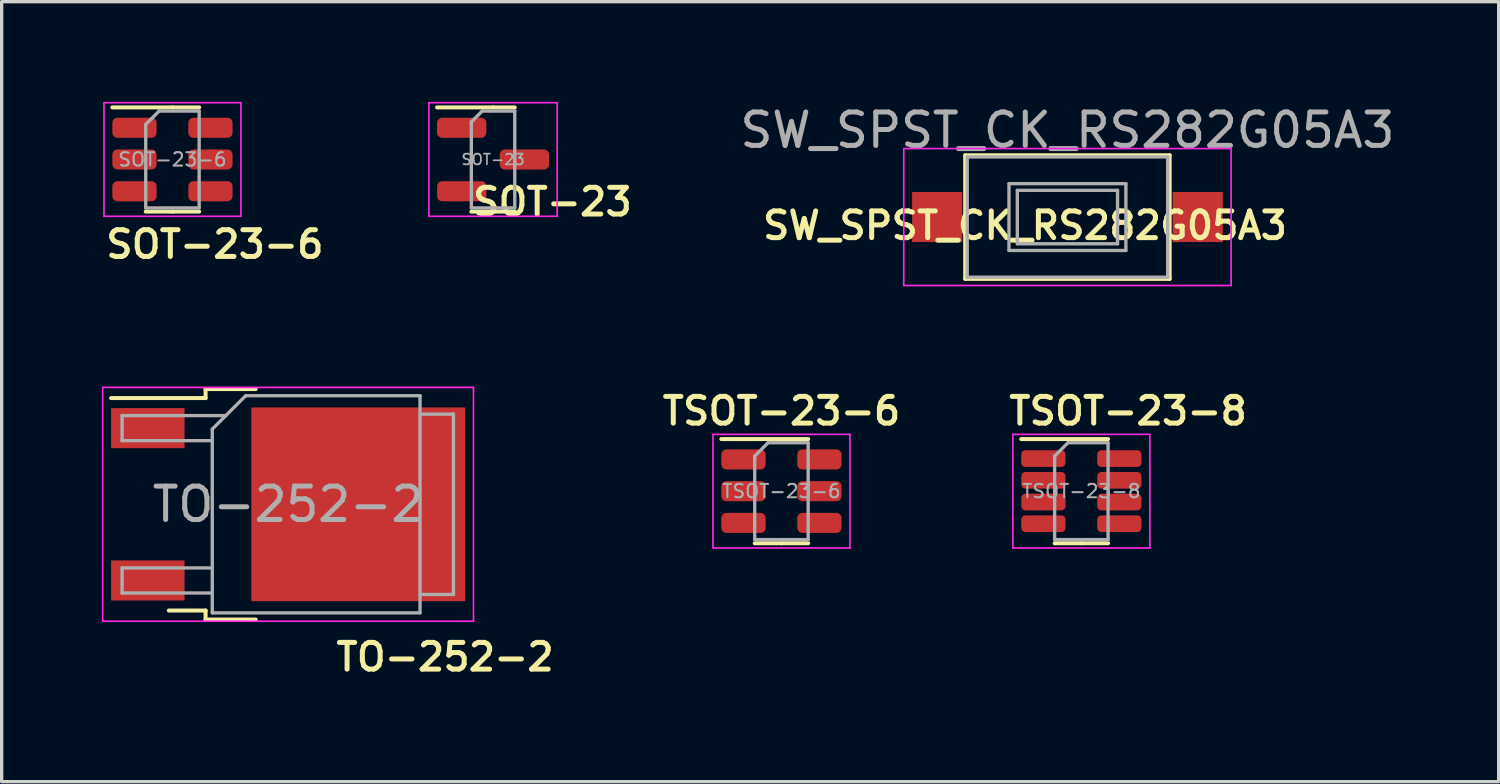
<source format=kicad_pcb>
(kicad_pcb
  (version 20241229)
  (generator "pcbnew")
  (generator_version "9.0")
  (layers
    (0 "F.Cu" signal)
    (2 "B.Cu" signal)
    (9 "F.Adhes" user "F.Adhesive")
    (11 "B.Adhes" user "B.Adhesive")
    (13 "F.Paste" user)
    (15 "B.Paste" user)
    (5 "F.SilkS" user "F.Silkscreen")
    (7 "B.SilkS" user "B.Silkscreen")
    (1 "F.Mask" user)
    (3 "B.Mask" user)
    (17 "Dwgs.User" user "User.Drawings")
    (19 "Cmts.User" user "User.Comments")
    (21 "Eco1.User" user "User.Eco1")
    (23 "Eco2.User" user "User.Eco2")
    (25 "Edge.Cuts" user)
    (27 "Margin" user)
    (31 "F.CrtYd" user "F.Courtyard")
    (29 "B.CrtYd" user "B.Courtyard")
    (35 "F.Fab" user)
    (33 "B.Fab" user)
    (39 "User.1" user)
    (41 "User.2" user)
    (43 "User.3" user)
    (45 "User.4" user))
  (footprint "TSOT-23-8"
    (layer "F.Cu")
    (at 29.324 11.655)
    (property "Reference" "TSOT-23-8" (at 1.397 -2.4 0) (layer "F.SilkS") (effects (font (size 0.8 0.8) (thickness 0.15))))
    (attr smd)
    (fp_line (start 0 -1.56) (end -1.8 -1.56) (stroke (width 0.12) (type solid)) (layer "F.SilkS"))
    (fp_line (start 0 -1.56) (end 0.8 -1.56) (stroke (width 0.12) (type solid)) (layer "F.SilkS"))
    (fp_line (start 0 1.56) (end -0.8 1.56) (stroke (width 0.12) (type solid)) (layer "F.SilkS"))
    (fp_line (start 0 1.56) (end 0.8 1.56) (stroke (width 0.12) (type solid)) (layer "F.SilkS"))
    (fp_line (start -2.05 -1.7) (end -2.05 1.7) (stroke (width 0.05) (type solid)) (layer "F.CrtYd"))
    (fp_line (start -2.05 1.7) (end 2.05 1.7) (stroke (width 0.05) (type solid)) (layer "F.CrtYd"))
    (fp_line (start 2.05 -1.7) (end -2.05 -1.7) (stroke (width 0.05) (type solid)) (layer "F.CrtYd"))
    (fp_line (start 2.05 1.7) (end 2.05 -1.7) (stroke (width 0.05) (type solid)) (layer "F.CrtYd"))
    (fp_line (start -0.8 -1.05) (end -0.4 -1.45) (stroke (width 0.1) (type solid)) (layer "F.Fab"))
    (fp_line (start -0.8 1.45) (end -0.8 -1.05) (stroke (width 0.1) (type solid)) (layer "F.Fab"))
    (fp_line (start -0.4 -1.45) (end 0.8 -1.45) (stroke (width 0.1) (type solid)) (layer "F.Fab"))
    (fp_line (start 0.8 -1.45) (end 0.8 1.45) (stroke (width 0.1) (type solid)) (layer "F.Fab"))
    (fp_line (start 0.8 1.45) (end -0.8 1.45) (stroke (width 0.1) (type solid)) (layer "F.Fab"))
    (fp_text user "${REFERENCE}" (at 0 0 0) (layer "F.Fab") (effects (font (size 0.4 0.4) (thickness 0.06))))
    (pad "1" smd roundrect (at -1.137 -0.975) (size 1.325 0.5) (layers "F.Cu" "F.Mask" "F.Paste") (roundrect_rratio 0.25))
    (pad "2" smd roundrect (at -1.137 -0.325) (size 1.325 0.5) (layers "F.Cu" "F.Mask" "F.Paste") (roundrect_rratio 0.25))
    (pad "3" smd roundrect (at -1.137 0.325) (size 1.325 0.5) (layers "F.Cu" "F.Mask" "F.Paste") (roundrect_rratio 0.25))
    (pad "4" smd roundrect (at -1.137 0.975) (size 1.325 0.5) (layers "F.Cu" "F.Mask" "F.Paste") (roundrect_rratio 0.25))
    (pad "5" smd roundrect (at 1.137 0.975) (size 1.325 0.5) (layers "F.Cu" "F.Mask" "F.Paste") (roundrect_rratio 0.25))
    (pad "6" smd roundrect (at 1.137 0.325) (size 1.325 0.5) (layers "F.Cu" "F.Mask" "F.Paste") (roundrect_rratio 0.25))
    (pad "7" smd roundrect (at 1.137 -0.325) (size 1.325 0.5) (layers "F.Cu" "F.Mask" "F.Paste") (roundrect_rratio 0.25))
    (pad "8" smd roundrect (at 1.137 -0.975) (size 1.325 0.5) (layers "F.Cu" "F.Mask" "F.Paste") (roundrect_rratio 0.25)))
  (footprint "TSOT-23-6"
    (layer "F.Cu")
    (at 20.345 11.655)
    (property "Reference" "TSOT-23-6" (at 0 -2.4 0) (layer "F.SilkS") (effects (font (size 0.8 0.8) (thickness 0.15))))
    (attr smd)
    (fp_line (start 0 -1.56) (end -1.8 -1.56) (stroke (width 0.12) (type solid)) (layer "F.SilkS"))
    (fp_line (start 0 -1.56) (end 0.8 -1.56) (stroke (width 0.12) (type solid)) (layer "F.SilkS"))
    (fp_line (start 0 1.56) (end -0.8 1.56) (stroke (width 0.12) (type solid)) (layer "F.SilkS"))
    (fp_line (start 0 1.56) (end 0.8 1.56) (stroke (width 0.12) (type solid)) (layer "F.SilkS"))
    (fp_line (start -2.05 -1.7) (end -2.05 1.7) (stroke (width 0.05) (type solid)) (layer "F.CrtYd"))
    (fp_line (start -2.05 1.7) (end 2.05 1.7) (stroke (width 0.05) (type solid)) (layer "F.CrtYd"))
    (fp_line (start 2.05 -1.7) (end -2.05 -1.7) (stroke (width 0.05) (type solid)) (layer "F.CrtYd"))
    (fp_line (start 2.05 1.7) (end 2.05 -1.7) (stroke (width 0.05) (type solid)) (layer "F.CrtYd"))
    (fp_line (start -0.8 -1.05) (end -0.4 -1.45) (stroke (width 0.1) (type solid)) (layer "F.Fab"))
    (fp_line (start -0.8 1.45) (end -0.8 -1.05) (stroke (width 0.1) (type solid)) (layer "F.Fab"))
    (fp_line (start -0.4 -1.45) (end 0.8 -1.45) (stroke (width 0.1) (type solid)) (layer "F.Fab"))
    (fp_line (start 0.8 -1.45) (end 0.8 1.45) (stroke (width 0.1) (type solid)) (layer "F.Fab"))
    (fp_line (start 0.8 1.45) (end -0.8 1.45) (stroke (width 0.1) (type solid)) (layer "F.Fab"))
    (fp_text user "${REFERENCE}" (at 0 0 0) (layer "F.Fab") (effects (font (size 0.4 0.4) (thickness 0.06))))
    (pad "1" smd roundrect (at -1.137 -0.95 180) (size 1.325 0.6) (layers "F.Cu" "F.Mask" "F.Paste") (roundrect_rratio 0.25))
    (pad "2" smd roundrect (at -1.137 0 180) (size 1.325 0.6) (layers "F.Cu" "F.Mask" "F.Paste") (roundrect_rratio 0.25))
    (pad "3" smd roundrect (at -1.137 0.95 180) (size 1.325 0.6) (layers "F.Cu" "F.Mask" "F.Paste") (roundrect_rratio 0.25))
    (pad "4" smd roundrect (at 1.137 0.95 180) (size 1.325 0.6) (layers "F.Cu" "F.Mask" "F.Paste") (roundrect_rratio 0.25))
    (pad "5" smd roundrect (at 1.137 0 180) (size 1.325 0.6) (layers "F.Cu" "F.Mask" "F.Paste") (roundrect_rratio 0.25))
    (pad "6" smd roundrect (at 1.137 -0.95 180) (size 1.325 0.6) (layers "F.Cu" "F.Mask" "F.Paste") (roundrect_rratio 0.25)))
  (footprint "TO-252-2"
    (layer "F.Cu")
    (at 5.575 12.048)
    (property "Reference" "TO-252-2" (at 4.699 4.572 180) (layer "F.SilkS") (effects (font (size 0.8 0.8) (thickness 0.15))))
    (attr smd)
    (fp_line (start -2.47 -3.45) (end -2.47 -3.18) (stroke (width 0.12) (type solid)) (layer "F.SilkS"))
    (fp_line (start -2.47 -3.18) (end -5.3 -3.18) (stroke (width 0.12) (type solid)) (layer "F.SilkS"))
    (fp_line (start -2.47 3.18) (end -3.57 3.18) (stroke (width 0.12) (type solid)) (layer "F.SilkS"))
    (fp_line (start -2.47 3.45) (end -2.47 3.18) (stroke (width 0.12) (type solid)) (layer "F.SilkS"))
    (fp_line (start -0.97 -3.45) (end -2.47 -3.45) (stroke (width 0.12) (type solid)) (layer "F.SilkS"))
    (fp_line (start -0.97 3.45) (end -2.47 3.45) (stroke (width 0.12) (type solid)) (layer "F.SilkS"))
    (fp_line (start -5.55 -3.5) (end -5.55 3.5) (stroke (width 0.05) (type solid)) (layer "F.CrtYd"))
    (fp_line (start -5.55 3.5) (end 5.55 3.5) (stroke (width 0.05) (type solid)) (layer "F.CrtYd"))
    (fp_line (start 5.55 -3.5) (end -5.55 -3.5) (stroke (width 0.05) (type solid)) (layer "F.CrtYd"))
    (fp_line (start 5.55 3.5) (end 5.55 -3.5) (stroke (width 0.05) (type solid)) (layer "F.CrtYd"))
    (fp_line (start -4.97 -2.655) (end -4.97 -1.905) (stroke (width 0.1) (type solid)) (layer "F.Fab"))
    (fp_line (start -4.97 -1.905) (end -2.27 -1.905) (stroke (width 0.1) (type solid)) (layer "F.Fab"))
    (fp_line (start -4.97 1.905) (end -4.97 2.655) (stroke (width 0.1) (type solid)) (layer "F.Fab"))
    (fp_line (start -4.97 2.655) (end -2.27 2.655) (stroke (width 0.1) (type solid)) (layer "F.Fab"))
    (fp_line (start -2.27 -2.25) (end -1.27 -3.25) (stroke (width 0.1) (type solid)) (layer "F.Fab"))
    (fp_line (start -2.27 1.905) (end -4.97 1.905) (stroke (width 0.1) (type solid)) (layer "F.Fab"))
    (fp_line (start -2.27 3.25) (end -2.27 -2.25) (stroke (width 0.1) (type solid)) (layer "F.Fab"))
    (fp_line (start -1.865 -2.655) (end -4.97 -2.655) (stroke (width 0.1) (type solid)) (layer "F.Fab"))
    (fp_line (start -1.27 -3.25) (end 3.95 -3.25) (stroke (width 0.1) (type solid)) (layer "F.Fab"))
    (fp_line (start 3.95 -3.25) (end 3.95 3.25) (stroke (width 0.1) (type solid)) (layer "F.Fab"))
    (fp_line (start 3.95 -2.7) (end 4.95 -2.7) (stroke (width 0.1) (type solid)) (layer "F.Fab"))
    (fp_line (start 3.95 3.25) (end -2.27 3.25) (stroke (width 0.1) (type solid)) (layer "F.Fab"))
    (fp_line (start 4.95 -2.7) (end 4.95 2.7) (stroke (width 0.1) (type solid)) (layer "F.Fab"))
    (fp_line (start 4.95 2.7) (end 3.95 2.7) (stroke (width 0.1) (type solid)) (layer "F.Fab"))
    (fp_text user "${REFERENCE}" (at 0 0 180) (layer "F.Fab") (effects (font (size 1 1) (thickness 0.15))))
    (pad "" smd rect (at 0.425 -1.525) (size 3.05 2.75) (layers "F.Paste"))
    (pad "" smd rect (at 0.425 1.525) (size 3.05 2.75) (layers "F.Paste"))
    (pad "" smd rect (at 3.775 -1.525) (size 3.05 2.75) (layers "F.Paste"))
    (pad "" smd rect (at 3.775 1.525) (size 3.05 2.75) (layers "F.Paste"))
    (pad "1" smd rect (at -4.2 -2.28) (size 2.2 1.2) (layers "F.Cu" "F.Mask" "F.Paste"))
    (pad "2" smd rect (at 2.1 0) (size 6.4 5.8) (layers "F.Cu" "F.Mask"))
    (pad "3" smd rect (at -4.2 2.28) (size 2.2 1.2) (layers "F.Cu" "F.Mask" "F.Paste")))
  (footprint "SOT-23-6"
    (layer "F.Cu")
    (at 2.113 1.725)
    (property "Reference" "SOT-23-6" (at 1.27 2.54 0) (layer "F.SilkS") (effects (font (size 0.8 0.8) (thickness 0.15))))
    (attr smd)
    (fp_line (start 0 -1.56) (end -1.8 -1.56) (stroke (width 0.12) (type solid)) (layer "F.SilkS"))
    (fp_line (start 0 -1.56) (end 0.8 -1.56) (stroke (width 0.12) (type solid)) (layer "F.SilkS"))
    (fp_line (start 0 1.56) (end -0.8 1.56) (stroke (width 0.12) (type solid)) (layer "F.SilkS"))
    (fp_line (start 0 1.56) (end 0.8 1.56) (stroke (width 0.12) (type solid)) (layer "F.SilkS"))
    (fp_line (start -2.05 -1.7) (end -2.05 1.7) (stroke (width 0.05) (type solid)) (layer "F.CrtYd"))
    (fp_line (start -2.05 1.7) (end 2.05 1.7) (stroke (width 0.05) (type solid)) (layer "F.CrtYd"))
    (fp_line (start 2.05 -1.7) (end -2.05 -1.7) (stroke (width 0.05) (type solid)) (layer "F.CrtYd"))
    (fp_line (start 2.05 1.7) (end 2.05 -1.7) (stroke (width 0.05) (type solid)) (layer "F.CrtYd"))
    (fp_line (start -0.8 -1.05) (end -0.4 -1.45) (stroke (width 0.1) (type solid)) (layer "F.Fab"))
    (fp_line (start -0.8 1.45) (end -0.8 -1.05) (stroke (width 0.1) (type solid)) (layer "F.Fab"))
    (fp_line (start -0.4 -1.45) (end 0.8 -1.45) (stroke (width 0.1) (type solid)) (layer "F.Fab"))
    (fp_line (start 0.8 -1.45) (end 0.8 1.45) (stroke (width 0.1) (type solid)) (layer "F.Fab"))
    (fp_line (start 0.8 1.45) (end -0.8 1.45) (stroke (width 0.1) (type solid)) (layer "F.Fab"))
    (fp_text user "${REFERENCE}" (at 0 0 0) (layer "F.Fab") (effects (font (size 0.4 0.4) (thickness 0.06))))
    (pad "1" smd roundrect (at -1.137 -0.95 180) (size 1.325 0.6) (layers "F.Cu" "F.Mask" "F.Paste") (roundrect_rratio 0.25))
    (pad "2" smd roundrect (at -1.137 0 180) (size 1.325 0.6) (layers "F.Cu" "F.Mask" "F.Paste") (roundrect_rratio 0.25))
    (pad "3" smd roundrect (at -1.137 0.95 180) (size 1.325 0.6) (layers "F.Cu" "F.Mask" "F.Paste") (roundrect_rratio 0.25))
    (pad "4" smd roundrect (at 1.137 0.95 180) (size 1.325 0.6) (layers "F.Cu" "F.Mask" "F.Paste") (roundrect_rratio 0.25))
    (pad "5" smd roundrect (at 1.137 0 180) (size 1.325 0.6) (layers "F.Cu" "F.Mask" "F.Paste") (roundrect_rratio 0.25))
    (pad "6" smd roundrect (at 1.137 -0.95 180) (size 1.325 0.6) (layers "F.Cu" "F.Mask" "F.Paste") (roundrect_rratio 0.25)))
  (footprint "SW_SPST_CK_RS282G05A3"
    (layer "F.Cu")
    (at 28.907 3.448)
    (property "Reference" "SW_SPST_CK_RS282G05A3" (at -1.27 0.254 0) (layer "F.SilkS") (effects (font (size 0.8 0.8) (thickness 0.15))))
    (attr smd)
    (fp_line (start -3.06 -1.85) (end 3.06 -1.85) (stroke (width 0.12) (type solid)) (layer "F.SilkS"))
    (fp_line (start -3.06 1.85) (end -3.06 -1.85) (stroke (width 0.12) (type solid)) (layer "F.SilkS"))
    (fp_line (start 3.06 -1.85) (end 3.06 1.85) (stroke (width 0.12) (type solid)) (layer "F.SilkS"))
    (fp_line (start 3.06 1.85) (end -3.06 1.85) (stroke (width 0.12) (type solid)) (layer "F.SilkS"))
    (fp_line (start -4.9 -2.05) (end 4.9 -2.05) (stroke (width 0.05) (type solid)) (layer "F.CrtYd"))
    (fp_line (start -4.9 2.05) (end -4.9 -2.05) (stroke (width 0.05) (type solid)) (layer "F.CrtYd"))
    (fp_line (start 4.9 -2.05) (end 4.9 2.05) (stroke (width 0.05) (type solid)) (layer "F.CrtYd"))
    (fp_line (start 4.9 2.05) (end -4.9 2.05) (stroke (width 0.05) (type solid)) (layer "F.CrtYd"))
    (fp_line (start -3 -1.8) (end -3 1.8) (stroke (width 0.1) (type solid)) (layer "F.Fab"))
    (fp_line (start -3 -1.8) (end 3 -1.8) (stroke (width 0.1) (type solid)) (layer "F.Fab"))
    (fp_line (start -3 1.8) (end 3 1.8) (stroke (width 0.1) (type solid)) (layer "F.Fab"))
    (fp_line (start -1.75 -1) (end 1.75 -1) (stroke (width 0.1) (type solid)) (layer "F.Fab"))
    (fp_line (start -1.75 1) (end -1.75 -1) (stroke (width 0.1) (type solid)) (layer "F.Fab"))
    (fp_line (start -1.5 -0.8) (end -1.5 0.8) (stroke (width 0.1) (type solid)) (layer "F.Fab"))
    (fp_line (start -1.5 -0.8) (end 1.5 -0.8) (stroke (width 0.1) (type solid)) (layer "F.Fab"))
    (fp_line (start -1.5 0.8) (end 1.5 0.8) (stroke (width 0.1) (type solid)) (layer "F.Fab"))
    (fp_line (start 1.5 -0.8) (end 1.5 0.8) (stroke (width 0.1) (type solid)) (layer "F.Fab"))
    (fp_line (start 1.75 -1) (end 1.75 1) (stroke (width 0.1) (type solid)) (layer "F.Fab"))
    (fp_line (start 1.75 1) (end -1.75 1) (stroke (width 0.1) (type solid)) (layer "F.Fab"))
    (fp_line (start 3 -1.8) (end 3 1.8) (stroke (width 0.1) (type solid)) (layer "F.Fab"))
    (fp_text user "${REFERENCE}" (at 0 -2.6 0) (layer "F.Fab") (effects (font (size 1 1) (thickness 0.15))))
    (pad "1" smd rect (at -3.9 0) (size 1.5 1.5) (layers "F.Cu" "F.Mask" "F.Paste"))
    (pad "2" smd rect (at 3.9 0) (size 1.5 1.5) (layers "F.Cu" "F.Mask" "F.Paste")))
  (footprint "SOT-23"
    (layer "F.Cu")
    (at 11.711 1.725)
    (property "Reference" "SOT-23" (at 1.778 1.27 0) (layer "F.SilkS") (effects (font (size 0.8 0.8) (thickness 0.15))))
    (attr smd)
    (fp_line (start 0 -1.56) (end -1.675 -1.56) (stroke (width 0.12) (type solid)) (layer "F.SilkS"))
    (fp_line (start 0 -1.56) (end 0.65 -1.56) (stroke (width 0.12) (type solid)) (layer "F.SilkS"))
    (fp_line (start 0 1.56) (end -0.65 1.56) (stroke (width 0.12) (type solid)) (layer "F.SilkS"))
    (fp_line (start 0 1.56) (end 0.65 1.56) (stroke (width 0.12) (type solid)) (layer "F.SilkS"))
    (fp_line (start -1.92 -1.7) (end -1.92 1.7) (stroke (width 0.05) (type solid)) (layer "F.CrtYd"))
    (fp_line (start -1.92 1.7) (end 1.92 1.7) (stroke (width 0.05) (type solid)) (layer "F.CrtYd"))
    (fp_line (start 1.92 -1.7) (end -1.92 -1.7) (stroke (width 0.05) (type solid)) (layer "F.CrtYd"))
    (fp_line (start 1.92 1.7) (end 1.92 -1.7) (stroke (width 0.05) (type solid)) (layer "F.CrtYd"))
    (fp_line (start -0.65 -1.125) (end -0.325 -1.45) (stroke (width 0.1) (type solid)) (layer "F.Fab"))
    (fp_line (start -0.65 1.45) (end -0.65 -1.125) (stroke (width 0.1) (type solid)) (layer "F.Fab"))
    (fp_line (start -0.325 -1.45) (end 0.65 -1.45) (stroke (width 0.1) (type solid)) (layer "F.Fab"))
    (fp_line (start 0.65 -1.45) (end 0.65 1.45) (stroke (width 0.1) (type solid)) (layer "F.Fab"))
    (fp_line (start 0.65 1.45) (end -0.65 1.45) (stroke (width 0.1) (type solid)) (layer "F.Fab"))
    (fp_text user "${REFERENCE}" (at 0 0 0) (layer "F.Fab") (effects (font (size 0.32 0.32) (thickness 0.05))))
    (pad "1" smd roundrect (at -0.938 -0.95 180) (size 1.475 0.6) (layers "F.Cu" "F.Mask" "F.Paste") (roundrect_rratio 0.25))
    (pad "2" smd roundrect (at -0.938 0.95 180) (size 1.475 0.6) (layers "F.Cu" "F.Mask" "F.Paste") (roundrect_rratio 0.25))
    (pad "3" smd roundrect (at 0.938 0 180) (size 1.475 0.6) (layers "F.Cu" "F.Mask" "F.Paste") (roundrect_rratio 0.25)))
  (gr_rect
    (start -3 -3)
    (end 41.818 20.352)
    (stroke (width 0.1) (type default))
    (fill no)
    (layer "Edge.Cuts")))
</source>
